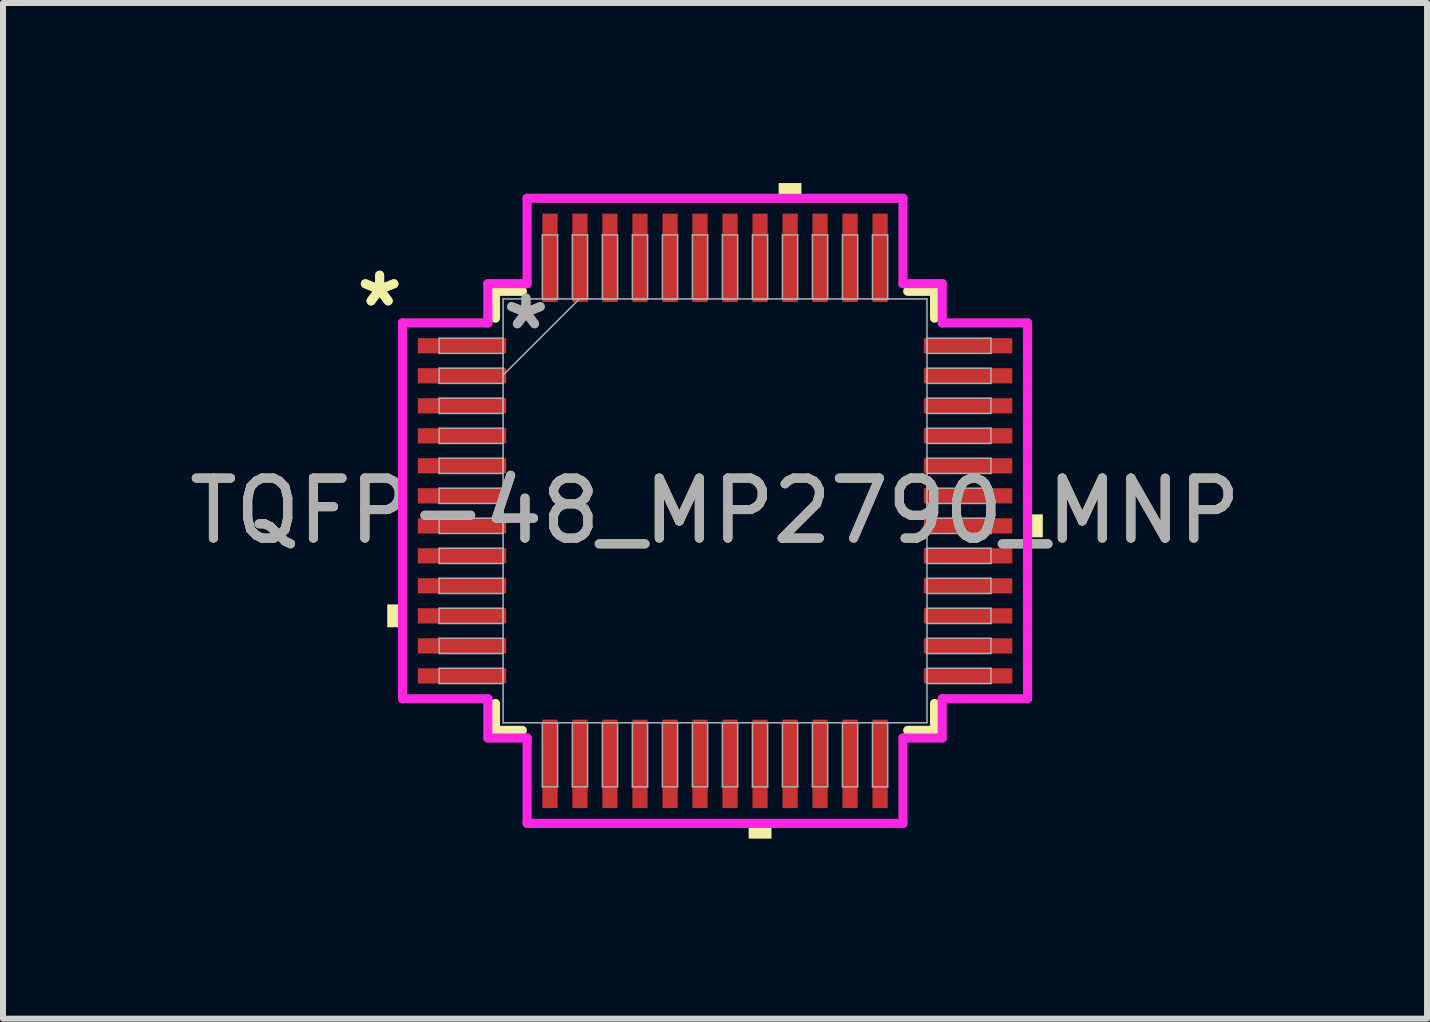
<source format=kicad_pcb>
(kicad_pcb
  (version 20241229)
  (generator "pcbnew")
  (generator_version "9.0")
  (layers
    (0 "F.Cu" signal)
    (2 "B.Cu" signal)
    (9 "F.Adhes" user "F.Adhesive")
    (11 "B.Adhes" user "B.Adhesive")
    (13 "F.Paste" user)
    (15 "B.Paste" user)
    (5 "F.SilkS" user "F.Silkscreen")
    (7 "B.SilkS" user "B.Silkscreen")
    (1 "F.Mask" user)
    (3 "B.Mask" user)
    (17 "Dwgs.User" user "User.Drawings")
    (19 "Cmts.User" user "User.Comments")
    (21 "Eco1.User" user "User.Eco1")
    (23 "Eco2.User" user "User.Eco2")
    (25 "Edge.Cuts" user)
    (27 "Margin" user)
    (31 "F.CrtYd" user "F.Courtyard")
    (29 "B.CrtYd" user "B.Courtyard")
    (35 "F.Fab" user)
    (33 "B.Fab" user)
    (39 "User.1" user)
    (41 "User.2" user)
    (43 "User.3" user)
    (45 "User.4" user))
  (footprint "TQFP-48_MP2790_MNP"
    (layer "F.Cu")
    (at 8.863 5.461)
    (property "Reference" "TQFP-48_MP2790_MNP" (at 0 0 0) (unlocked yes) (layer "F.SilkS") (effects (font (size 1 1) (thickness 0.15))))
    (attr smd)
    (fp_line (start -3.658 -3.658) (end -3.658 -3.21) (stroke (width 0.152) (type solid)) (layer "F.SilkS"))
    (fp_line (start -3.658 3.21) (end -3.658 3.658) (stroke (width 0.152) (type solid)) (layer "F.SilkS"))
    (fp_line (start -3.658 3.658) (end -3.21 3.658) (stroke (width 0.152) (type solid)) (layer "F.SilkS"))
    (fp_line (start -3.21 -3.658) (end -3.658 -3.658) (stroke (width 0.152) (type solid)) (layer "F.SilkS"))
    (fp_line (start 3.21 3.658) (end 3.658 3.658) (stroke (width 0.152) (type solid)) (layer "F.SilkS"))
    (fp_line (start 3.658 -3.658) (end 3.21 -3.658) (stroke (width 0.152) (type solid)) (layer "F.SilkS"))
    (fp_line (start 3.658 -3.21) (end 3.658 -3.658) (stroke (width 0.152) (type solid)) (layer "F.SilkS"))
    (fp_line (start 3.658 3.658) (end 3.658 3.21) (stroke (width 0.152) (type solid)) (layer "F.SilkS"))
    (fp_poly (pts (xy -5.461 1.559) (xy -5.461 1.94) (xy -5.207 1.94) (xy -5.207 1.559)) (stroke (width 0) (type solid)) (fill yes) (layer "F.SilkS"))
    (fp_poly (pts (xy 0.56 5.207) (xy 0.56 5.461) (xy 0.941 5.461) (xy 0.941 5.207)) (stroke (width 0) (type solid)) (fill yes) (layer "F.SilkS"))
    (fp_poly (pts (xy 1.06 -5.207) (xy 1.06 -5.461) (xy 1.44 -5.461) (xy 1.44 -5.207)) (stroke (width 0) (type solid)) (fill yes) (layer "F.SilkS"))
    (fp_poly (pts (xy 5.461 0.059) (xy 5.461 0.441) (xy 5.207 0.441) (xy 5.207 0.059)) (stroke (width 0) (type solid)) (fill yes) (layer "F.SilkS"))
    (fp_line (start -5.207 -3.131) (end -3.785 -3.131) (stroke (width 0.152) (type solid)) (layer "F.CrtYd"))
    (fp_line (start -5.207 3.131) (end -5.207 -3.131) (stroke (width 0.152) (type solid)) (layer "F.CrtYd"))
    (fp_line (start -3.785 -3.785) (end -3.131 -3.785) (stroke (width 0.152) (type solid)) (layer "F.CrtYd"))
    (fp_line (start -3.785 -3.131) (end -3.785 -3.785) (stroke (width 0.152) (type solid)) (layer "F.CrtYd"))
    (fp_line (start -3.785 3.131) (end -5.207 3.131) (stroke (width 0.152) (type solid)) (layer "F.CrtYd"))
    (fp_line (start -3.785 3.785) (end -3.785 3.131) (stroke (width 0.152) (type solid)) (layer "F.CrtYd"))
    (fp_line (start -3.785 3.785) (end -3.131 3.785) (stroke (width 0.152) (type solid)) (layer "F.CrtYd"))
    (fp_line (start -3.131 -5.207) (end 3.131 -5.207) (stroke (width 0.152) (type solid)) (layer "F.CrtYd"))
    (fp_line (start -3.131 -3.785) (end -3.131 -5.207) (stroke (width 0.152) (type solid)) (layer "F.CrtYd"))
    (fp_line (start -3.131 3.785) (end -3.131 5.207) (stroke (width 0.152) (type solid)) (layer "F.CrtYd"))
    (fp_line (start -3.131 5.207) (end 3.131 5.207) (stroke (width 0.152) (type solid)) (layer "F.CrtYd"))
    (fp_line (start 3.131 -5.207) (end 3.131 -3.785) (stroke (width 0.152) (type solid)) (layer "F.CrtYd"))
    (fp_line (start 3.131 -3.785) (end 3.785 -3.785) (stroke (width 0.152) (type solid)) (layer "F.CrtYd"))
    (fp_line (start 3.131 3.785) (end 3.785 3.785) (stroke (width 0.152) (type solid)) (layer "F.CrtYd"))
    (fp_line (start 3.131 5.207) (end 3.131 3.785) (stroke (width 0.152) (type solid)) (layer "F.CrtYd"))
    (fp_line (start 3.785 -3.131) (end 3.785 -3.785) (stroke (width 0.152) (type solid)) (layer "F.CrtYd"))
    (fp_line (start 3.785 3.131) (end 5.207 3.131) (stroke (width 0.152) (type solid)) (layer "F.CrtYd"))
    (fp_line (start 3.785 3.785) (end 3.785 3.131) (stroke (width 0.152) (type solid)) (layer "F.CrtYd"))
    (fp_line (start 5.207 -3.131) (end 3.785 -3.131) (stroke (width 0.152) (type solid)) (layer "F.CrtYd"))
    (fp_line (start 5.207 3.131) (end 5.207 -3.131) (stroke (width 0.152) (type solid)) (layer "F.CrtYd"))
    (fp_line (start -4.597 -2.877) (end -4.597 -2.623) (stroke (width 0.025) (type solid)) (layer "F.Fab"))
    (fp_line (start -4.597 -2.623) (end -3.531 -2.623) (stroke (width 0.025) (type solid)) (layer "F.Fab"))
    (fp_line (start -4.597 -2.377) (end -4.597 -2.123) (stroke (width 0.025) (type solid)) (layer "F.Fab"))
    (fp_line (start -4.597 -2.123) (end -3.531 -2.123) (stroke (width 0.025) (type solid)) (layer "F.Fab"))
    (fp_line (start -4.597 -1.877) (end -4.597 -1.623) (stroke (width 0.025) (type solid)) (layer "F.Fab"))
    (fp_line (start -4.597 -1.623) (end -3.531 -1.623) (stroke (width 0.025) (type solid)) (layer "F.Fab"))
    (fp_line (start -4.597 -1.377) (end -4.597 -1.123) (stroke (width 0.025) (type solid)) (layer "F.Fab"))
    (fp_line (start -4.597 -1.123) (end -3.531 -1.123) (stroke (width 0.025) (type solid)) (layer "F.Fab"))
    (fp_line (start -4.597 -0.877) (end -4.597 -0.623) (stroke (width 0.025) (type solid)) (layer "F.Fab"))
    (fp_line (start -4.597 -0.623) (end -3.531 -0.623) (stroke (width 0.025) (type solid)) (layer "F.Fab"))
    (fp_line (start -4.597 -0.377) (end -4.597 -0.123) (stroke (width 0.025) (type solid)) (layer "F.Fab"))
    (fp_line (start -4.597 -0.123) (end -3.531 -0.123) (stroke (width 0.025) (type solid)) (layer "F.Fab"))
    (fp_line (start -4.597 0.123) (end -4.597 0.377) (stroke (width 0.025) (type solid)) (layer "F.Fab"))
    (fp_line (start -4.597 0.377) (end -3.531 0.377) (stroke (width 0.025) (type solid)) (layer "F.Fab"))
    (fp_line (start -4.597 0.623) (end -4.597 0.877) (stroke (width 0.025) (type solid)) (layer "F.Fab"))
    (fp_line (start -4.597 0.877) (end -3.531 0.877) (stroke (width 0.025) (type solid)) (layer "F.Fab"))
    (fp_line (start -4.597 1.123) (end -4.597 1.377) (stroke (width 0.025) (type solid)) (layer "F.Fab"))
    (fp_line (start -4.597 1.377) (end -3.531 1.377) (stroke (width 0.025) (type solid)) (layer "F.Fab"))
    (fp_line (start -4.597 1.623) (end -4.597 1.877) (stroke (width 0.025) (type solid)) (layer "F.Fab"))
    (fp_line (start -4.597 1.877) (end -3.531 1.877) (stroke (width 0.025) (type solid)) (layer "F.Fab"))
    (fp_line (start -4.597 2.123) (end -4.597 2.377) (stroke (width 0.025) (type solid)) (layer "F.Fab"))
    (fp_line (start -4.597 2.377) (end -3.531 2.377) (stroke (width 0.025) (type solid)) (layer "F.Fab"))
    (fp_line (start -4.597 2.623) (end -4.597 2.877) (stroke (width 0.025) (type solid)) (layer "F.Fab"))
    (fp_line (start -4.597 2.877) (end -3.531 2.877) (stroke (width 0.025) (type solid)) (layer "F.Fab"))
    (fp_line (start -3.531 -3.531) (end -3.531 3.531) (stroke (width 0.025) (type solid)) (layer "F.Fab"))
    (fp_line (start -3.531 -2.877) (end -4.597 -2.877) (stroke (width 0.025) (type solid)) (layer "F.Fab"))
    (fp_line (start -3.531 -2.623) (end -3.531 -2.877) (stroke (width 0.025) (type solid)) (layer "F.Fab"))
    (fp_line (start -3.531 -2.377) (end -4.597 -2.377) (stroke (width 0.025) (type solid)) (layer "F.Fab"))
    (fp_line (start -3.531 -2.261) (end -2.261 -3.531) (stroke (width 0.025) (type solid)) (layer "F.Fab"))
    (fp_line (start -3.531 -2.123) (end -3.531 -2.377) (stroke (width 0.025) (type solid)) (layer "F.Fab"))
    (fp_line (start -3.531 -1.877) (end -4.597 -1.877) (stroke (width 0.025) (type solid)) (layer "F.Fab"))
    (fp_line (start -3.531 -1.623) (end -3.531 -1.877) (stroke (width 0.025) (type solid)) (layer "F.Fab"))
    (fp_line (start -3.531 -1.377) (end -4.597 -1.377) (stroke (width 0.025) (type solid)) (layer "F.Fab"))
    (fp_line (start -3.531 -1.123) (end -3.531 -1.377) (stroke (width 0.025) (type solid)) (layer "F.Fab"))
    (fp_line (start -3.531 -0.877) (end -4.597 -0.877) (stroke (width 0.025) (type solid)) (layer "F.Fab"))
    (fp_line (start -3.531 -0.623) (end -3.531 -0.877) (stroke (width 0.025) (type solid)) (layer "F.Fab"))
    (fp_line (start -3.531 -0.377) (end -4.597 -0.377) (stroke (width 0.025) (type solid)) (layer "F.Fab"))
    (fp_line (start -3.531 -0.123) (end -3.531 -0.377) (stroke (width 0.025) (type solid)) (layer "F.Fab"))
    (fp_line (start -3.531 0.123) (end -4.597 0.123) (stroke (width 0.025) (type solid)) (layer "F.Fab"))
    (fp_line (start -3.531 0.377) (end -3.531 0.123) (stroke (width 0.025) (type solid)) (layer "F.Fab"))
    (fp_line (start -3.531 0.623) (end -4.597 0.623) (stroke (width 0.025) (type solid)) (layer "F.Fab"))
    (fp_line (start -3.531 0.877) (end -3.531 0.623) (stroke (width 0.025) (type solid)) (layer "F.Fab"))
    (fp_line (start -3.531 1.123) (end -4.597 1.123) (stroke (width 0.025) (type solid)) (layer "F.Fab"))
    (fp_line (start -3.531 1.377) (end -3.531 1.123) (stroke (width 0.025) (type solid)) (layer "F.Fab"))
    (fp_line (start -3.531 1.623) (end -4.597 1.623) (stroke (width 0.025) (type solid)) (layer "F.Fab"))
    (fp_line (start -3.531 1.877) (end -3.531 1.623) (stroke (width 0.025) (type solid)) (layer "F.Fab"))
    (fp_line (start -3.531 2.123) (end -4.597 2.123) (stroke (width 0.025) (type solid)) (layer "F.Fab"))
    (fp_line (start -3.531 2.377) (end -3.531 2.123) (stroke (width 0.025) (type solid)) (layer "F.Fab"))
    (fp_line (start -3.531 2.623) (end -4.597 2.623) (stroke (width 0.025) (type solid)) (layer "F.Fab"))
    (fp_line (start -3.531 2.877) (end -3.531 2.623) (stroke (width 0.025) (type solid)) (layer "F.Fab"))
    (fp_line (start -3.531 3.531) (end 3.531 3.531) (stroke (width 0.025) (type solid)) (layer "F.Fab"))
    (fp_line (start -2.877 -4.597) (end -2.877 -3.531) (stroke (width 0.025) (type solid)) (layer "F.Fab"))
    (fp_line (start -2.877 -3.531) (end -2.623 -3.531) (stroke (width 0.025) (type solid)) (layer "F.Fab"))
    (fp_line (start -2.877 3.531) (end -2.877 4.597) (stroke (width 0.025) (type solid)) (layer "F.Fab"))
    (fp_line (start -2.877 4.597) (end -2.623 4.597) (stroke (width 0.025) (type solid)) (layer "F.Fab"))
    (fp_line (start -2.623 -4.597) (end -2.877 -4.597) (stroke (width 0.025) (type solid)) (layer "F.Fab"))
    (fp_line (start -2.623 -3.531) (end -2.623 -4.597) (stroke (width 0.025) (type solid)) (layer "F.Fab"))
    (fp_line (start -2.623 3.531) (end -2.877 3.531) (stroke (width 0.025) (type solid)) (layer "F.Fab"))
    (fp_line (start -2.623 4.597) (end -2.623 3.531) (stroke (width 0.025) (type solid)) (layer "F.Fab"))
    (fp_line (start -2.377 -4.597) (end -2.377 -3.531) (stroke (width 0.025) (type solid)) (layer "F.Fab"))
    (fp_line (start -2.377 -3.531) (end -2.123 -3.531) (stroke (width 0.025) (type solid)) (layer "F.Fab"))
    (fp_line (start -2.377 3.531) (end -2.377 4.597) (stroke (width 0.025) (type solid)) (layer "F.Fab"))
    (fp_line (start -2.377 4.597) (end -2.123 4.597) (stroke (width 0.025) (type solid)) (layer "F.Fab"))
    (fp_line (start -2.123 -4.597) (end -2.377 -4.597) (stroke (width 0.025) (type solid)) (layer "F.Fab"))
    (fp_line (start -2.123 -3.531) (end -2.123 -4.597) (stroke (width 0.025) (type solid)) (layer "F.Fab"))
    (fp_line (start -2.123 3.531) (end -2.377 3.531) (stroke (width 0.025) (type solid)) (layer "F.Fab"))
    (fp_line (start -2.123 4.597) (end -2.123 3.531) (stroke (width 0.025) (type solid)) (layer "F.Fab"))
    (fp_line (start -1.877 -4.597) (end -1.877 -3.531) (stroke (width 0.025) (type solid)) (layer "F.Fab"))
    (fp_line (start -1.877 -3.531) (end -1.623 -3.531) (stroke (width 0.025) (type solid)) (layer "F.Fab"))
    (fp_line (start -1.877 3.531) (end -1.877 4.597) (stroke (width 0.025) (type solid)) (layer "F.Fab"))
    (fp_line (start -1.877 4.597) (end -1.623 4.597) (stroke (width 0.025) (type solid)) (layer "F.Fab"))
    (fp_line (start -1.623 -4.597) (end -1.877 -4.597) (stroke (width 0.025) (type solid)) (layer "F.Fab"))
    (fp_line (start -1.623 -3.531) (end -1.623 -4.597) (stroke (width 0.025) (type solid)) (layer "F.Fab"))
    (fp_line (start -1.623 3.531) (end -1.877 3.531) (stroke (width 0.025) (type solid)) (layer "F.Fab"))
    (fp_line (start -1.623 4.597) (end -1.623 3.531) (stroke (width 0.025) (type solid)) (layer "F.Fab"))
    (fp_line (start -1.377 -4.597) (end -1.377 -3.531) (stroke (width 0.025) (type solid)) (layer "F.Fab"))
    (fp_line (start -1.377 -3.531) (end -1.123 -3.531) (stroke (width 0.025) (type solid)) (layer "F.Fab"))
    (fp_line (start -1.377 3.531) (end -1.377 4.597) (stroke (width 0.025) (type solid)) (layer "F.Fab"))
    (fp_line (start -1.377 4.597) (end -1.123 4.597) (stroke (width 0.025) (type solid)) (layer "F.Fab"))
    (fp_line (start -1.123 -4.597) (end -1.377 -4.597) (stroke (width 0.025) (type solid)) (layer "F.Fab"))
    (fp_line (start -1.123 -3.531) (end -1.123 -4.597) (stroke (width 0.025) (type solid)) (layer "F.Fab"))
    (fp_line (start -1.123 3.531) (end -1.377 3.531) (stroke (width 0.025) (type solid)) (layer "F.Fab"))
    (fp_line (start -1.123 4.597) (end -1.123 3.531) (stroke (width 0.025) (type solid)) (layer "F.Fab"))
    (fp_line (start -0.877 -4.597) (end -0.877 -3.531) (stroke (width 0.025) (type solid)) (layer "F.Fab"))
    (fp_line (start -0.877 -3.531) (end -0.623 -3.531) (stroke (width 0.025) (type solid)) (layer "F.Fab"))
    (fp_line (start -0.877 3.531) (end -0.877 4.597) (stroke (width 0.025) (type solid)) (layer "F.Fab"))
    (fp_line (start -0.877 4.597) (end -0.623 4.597) (stroke (width 0.025) (type solid)) (layer "F.Fab"))
    (fp_line (start -0.623 -4.597) (end -0.877 -4.597) (stroke (width 0.025) (type solid)) (layer "F.Fab"))
    (fp_line (start -0.623 -3.531) (end -0.623 -4.597) (stroke (width 0.025) (type solid)) (layer "F.Fab"))
    (fp_line (start -0.623 3.531) (end -0.877 3.531) (stroke (width 0.025) (type solid)) (layer "F.Fab"))
    (fp_line (start -0.623 4.597) (end -0.623 3.531) (stroke (width 0.025) (type solid)) (layer "F.Fab"))
    (fp_line (start -0.377 -4.597) (end -0.377 -3.531) (stroke (width 0.025) (type solid)) (layer "F.Fab"))
    (fp_line (start -0.377 -3.531) (end -0.123 -3.531) (stroke (width 0.025) (type solid)) (layer "F.Fab"))
    (fp_line (start -0.377 3.531) (end -0.377 4.597) (stroke (width 0.025) (type solid)) (layer "F.Fab"))
    (fp_line (start -0.377 4.597) (end -0.123 4.597) (stroke (width 0.025) (type solid)) (layer "F.Fab"))
    (fp_line (start -0.123 -4.597) (end -0.377 -4.597) (stroke (width 0.025) (type solid)) (layer "F.Fab"))
    (fp_line (start -0.123 -3.531) (end -0.123 -4.597) (stroke (width 0.025) (type solid)) (layer "F.Fab"))
    (fp_line (start -0.123 3.531) (end -0.377 3.531) (stroke (width 0.025) (type solid)) (layer "F.Fab"))
    (fp_line (start -0.123 4.597) (end -0.123 3.531) (stroke (width 0.025) (type solid)) (layer "F.Fab"))
    (fp_line (start 0.123 -4.597) (end 0.123 -3.531) (stroke (width 0.025) (type solid)) (layer "F.Fab"))
    (fp_line (start 0.123 -3.531) (end 0.377 -3.531) (stroke (width 0.025) (type solid)) (layer "F.Fab"))
    (fp_line (start 0.123 3.531) (end 0.123 4.597) (stroke (width 0.025) (type solid)) (layer "F.Fab"))
    (fp_line (start 0.123 4.597) (end 0.377 4.597) (stroke (width 0.025) (type solid)) (layer "F.Fab"))
    (fp_line (start 0.377 -4.597) (end 0.123 -4.597) (stroke (width 0.025) (type solid)) (layer "F.Fab"))
    (fp_line (start 0.377 -3.531) (end 0.377 -4.597) (stroke (width 0.025) (type solid)) (layer "F.Fab"))
    (fp_line (start 0.377 3.531) (end 0.123 3.531) (stroke (width 0.025) (type solid)) (layer "F.Fab"))
    (fp_line (start 0.377 4.597) (end 0.377 3.531) (stroke (width 0.025) (type solid)) (layer "F.Fab"))
    (fp_line (start 0.623 -4.597) (end 0.623 -3.531) (stroke (width 0.025) (type solid)) (layer "F.Fab"))
    (fp_line (start 0.623 -3.531) (end 0.877 -3.531) (stroke (width 0.025) (type solid)) (layer "F.Fab"))
    (fp_line (start 0.623 3.531) (end 0.623 4.597) (stroke (width 0.025) (type solid)) (layer "F.Fab"))
    (fp_line (start 0.623 4.597) (end 0.877 4.597) (stroke (width 0.025) (type solid)) (layer "F.Fab"))
    (fp_line (start 0.877 -4.597) (end 0.623 -4.597) (stroke (width 0.025) (type solid)) (layer "F.Fab"))
    (fp_line (start 0.877 -3.531) (end 0.877 -4.597) (stroke (width 0.025) (type solid)) (layer "F.Fab"))
    (fp_line (start 0.877 3.531) (end 0.623 3.531) (stroke (width 0.025) (type solid)) (layer "F.Fab"))
    (fp_line (start 0.877 4.597) (end 0.877 3.531) (stroke (width 0.025) (type solid)) (layer "F.Fab"))
    (fp_line (start 1.123 -4.597) (end 1.123 -3.531) (stroke (width 0.025) (type solid)) (layer "F.Fab"))
    (fp_line (start 1.123 -3.531) (end 1.377 -3.531) (stroke (width 0.025) (type solid)) (layer "F.Fab"))
    (fp_line (start 1.123 3.531) (end 1.123 4.597) (stroke (width 0.025) (type solid)) (layer "F.Fab"))
    (fp_line (start 1.123 4.597) (end 1.377 4.597) (stroke (width 0.025) (type solid)) (layer "F.Fab"))
    (fp_line (start 1.377 -4.597) (end 1.123 -4.597) (stroke (width 0.025) (type solid)) (layer "F.Fab"))
    (fp_line (start 1.377 -3.531) (end 1.377 -4.597) (stroke (width 0.025) (type solid)) (layer "F.Fab"))
    (fp_line (start 1.377 3.531) (end 1.123 3.531) (stroke (width 0.025) (type solid)) (layer "F.Fab"))
    (fp_line (start 1.377 4.597) (end 1.377 3.531) (stroke (width 0.025) (type solid)) (layer "F.Fab"))
    (fp_line (start 1.623 -4.597) (end 1.623 -3.531) (stroke (width 0.025) (type solid)) (layer "F.Fab"))
    (fp_line (start 1.623 -3.531) (end 1.877 -3.531) (stroke (width 0.025) (type solid)) (layer "F.Fab"))
    (fp_line (start 1.623 3.531) (end 1.623 4.597) (stroke (width 0.025) (type solid)) (layer "F.Fab"))
    (fp_line (start 1.623 4.597) (end 1.877 4.597) (stroke (width 0.025) (type solid)) (layer "F.Fab"))
    (fp_line (start 1.877 -4.597) (end 1.623 -4.597) (stroke (width 0.025) (type solid)) (layer "F.Fab"))
    (fp_line (start 1.877 -3.531) (end 1.877 -4.597) (stroke (width 0.025) (type solid)) (layer "F.Fab"))
    (fp_line (start 1.877 3.531) (end 1.623 3.531) (stroke (width 0.025) (type solid)) (layer "F.Fab"))
    (fp_line (start 1.877 4.597) (end 1.877 3.531) (stroke (width 0.025) (type solid)) (layer "F.Fab"))
    (fp_line (start 2.123 -4.597) (end 2.123 -3.531) (stroke (width 0.025) (type solid)) (layer "F.Fab"))
    (fp_line (start 2.123 -3.531) (end 2.377 -3.531) (stroke (width 0.025) (type solid)) (layer "F.Fab"))
    (fp_line (start 2.123 3.531) (end 2.123 4.597) (stroke (width 0.025) (type solid)) (layer "F.Fab"))
    (fp_line (start 2.123 4.597) (end 2.377 4.597) (stroke (width 0.025) (type solid)) (layer "F.Fab"))
    (fp_line (start 2.377 -4.597) (end 2.123 -4.597) (stroke (width 0.025) (type solid)) (layer "F.Fab"))
    (fp_line (start 2.377 -3.531) (end 2.377 -4.597) (stroke (width 0.025) (type solid)) (layer "F.Fab"))
    (fp_line (start 2.377 3.531) (end 2.123 3.531) (stroke (width 0.025) (type solid)) (layer "F.Fab"))
    (fp_line (start 2.377 4.597) (end 2.377 3.531) (stroke (width 0.025) (type solid)) (layer "F.Fab"))
    (fp_line (start 2.623 -4.597) (end 2.623 -3.531) (stroke (width 0.025) (type solid)) (layer "F.Fab"))
    (fp_line (start 2.623 -3.531) (end 2.877 -3.531) (stroke (width 0.025) (type solid)) (layer "F.Fab"))
    (fp_line (start 2.623 3.531) (end 2.623 4.597) (stroke (width 0.025) (type solid)) (layer "F.Fab"))
    (fp_line (start 2.623 4.597) (end 2.877 4.597) (stroke (width 0.025) (type solid)) (layer "F.Fab"))
    (fp_line (start 2.877 -4.597) (end 2.623 -4.597) (stroke (width 0.025) (type solid)) (layer "F.Fab"))
    (fp_line (start 2.877 -3.531) (end 2.877 -4.597) (stroke (width 0.025) (type solid)) (layer "F.Fab"))
    (fp_line (start 2.877 3.531) (end 2.623 3.531) (stroke (width 0.025) (type solid)) (layer "F.Fab"))
    (fp_line (start 2.877 4.597) (end 2.877 3.531) (stroke (width 0.025) (type solid)) (layer "F.Fab"))
    (fp_line (start 3.531 -3.531) (end -3.531 -3.531) (stroke (width 0.025) (type solid)) (layer "F.Fab"))
    (fp_line (start 3.531 -2.877) (end 3.531 -2.623) (stroke (width 0.025) (type solid)) (layer "F.Fab"))
    (fp_line (start 3.531 -2.623) (end 4.597 -2.623) (stroke (width 0.025) (type solid)) (layer "F.Fab"))
    (fp_line (start 3.531 -2.377) (end 3.531 -2.123) (stroke (width 0.025) (type solid)) (layer "F.Fab"))
    (fp_line (start 3.531 -2.123) (end 4.597 -2.123) (stroke (width 0.025) (type solid)) (layer "F.Fab"))
    (fp_line (start 3.531 -1.877) (end 3.531 -1.623) (stroke (width 0.025) (type solid)) (layer "F.Fab"))
    (fp_line (start 3.531 -1.623) (end 4.597 -1.623) (stroke (width 0.025) (type solid)) (layer "F.Fab"))
    (fp_line (start 3.531 -1.377) (end 3.531 -1.123) (stroke (width 0.025) (type solid)) (layer "F.Fab"))
    (fp_line (start 3.531 -1.123) (end 4.597 -1.123) (stroke (width 0.025) (type solid)) (layer "F.Fab"))
    (fp_line (start 3.531 -0.877) (end 3.531 -0.623) (stroke (width 0.025) (type solid)) (layer "F.Fab"))
    (fp_line (start 3.531 -0.623) (end 4.597 -0.623) (stroke (width 0.025) (type solid)) (layer "F.Fab"))
    (fp_line (start 3.531 -0.377) (end 3.531 -0.123) (stroke (width 0.025) (type solid)) (layer "F.Fab"))
    (fp_line (start 3.531 -0.123) (end 4.597 -0.123) (stroke (width 0.025) (type solid)) (layer "F.Fab"))
    (fp_line (start 3.531 0.123) (end 3.531 0.377) (stroke (width 0.025) (type solid)) (layer "F.Fab"))
    (fp_line (start 3.531 0.377) (end 4.597 0.377) (stroke (width 0.025) (type solid)) (layer "F.Fab"))
    (fp_line (start 3.531 0.623) (end 3.531 0.877) (stroke (width 0.025) (type solid)) (layer "F.Fab"))
    (fp_line (start 3.531 0.877) (end 4.597 0.877) (stroke (width 0.025) (type solid)) (layer "F.Fab"))
    (fp_line (start 3.531 1.123) (end 3.531 1.377) (stroke (width 0.025) (type solid)) (layer "F.Fab"))
    (fp_line (start 3.531 1.377) (end 4.597 1.377) (stroke (width 0.025) (type solid)) (layer "F.Fab"))
    (fp_line (start 3.531 1.623) (end 3.531 1.877) (stroke (width 0.025) (type solid)) (layer "F.Fab"))
    (fp_line (start 3.531 1.877) (end 4.597 1.877) (stroke (width 0.025) (type solid)) (layer "F.Fab"))
    (fp_line (start 3.531 2.123) (end 3.531 2.377) (stroke (width 0.025) (type solid)) (layer "F.Fab"))
    (fp_line (start 3.531 2.377) (end 4.597 2.377) (stroke (width 0.025) (type solid)) (layer "F.Fab"))
    (fp_line (start 3.531 2.623) (end 3.531 2.877) (stroke (width 0.025) (type solid)) (layer "F.Fab"))
    (fp_line (start 3.531 2.877) (end 4.597 2.877) (stroke (width 0.025) (type solid)) (layer "F.Fab"))
    (fp_line (start 3.531 3.531) (end 3.531 -3.531) (stroke (width 0.025) (type solid)) (layer "F.Fab"))
    (fp_line (start 4.597 -2.877) (end 3.531 -2.877) (stroke (width 0.025) (type solid)) (layer "F.Fab"))
    (fp_line (start 4.597 -2.623) (end 4.597 -2.877) (stroke (width 0.025) (type solid)) (layer "F.Fab"))
    (fp_line (start 4.597 -2.377) (end 3.531 -2.377) (stroke (width 0.025) (type solid)) (layer "F.Fab"))
    (fp_line (start 4.597 -2.123) (end 4.597 -2.377) (stroke (width 0.025) (type solid)) (layer "F.Fab"))
    (fp_line (start 4.597 -1.877) (end 3.531 -1.877) (stroke (width 0.025) (type solid)) (layer "F.Fab"))
    (fp_line (start 4.597 -1.623) (end 4.597 -1.877) (stroke (width 0.025) (type solid)) (layer "F.Fab"))
    (fp_line (start 4.597 -1.377) (end 3.531 -1.377) (stroke (width 0.025) (type solid)) (layer "F.Fab"))
    (fp_line (start 4.597 -1.123) (end 4.597 -1.377) (stroke (width 0.025) (type solid)) (layer "F.Fab"))
    (fp_line (start 4.597 -0.877) (end 3.531 -0.877) (stroke (width 0.025) (type solid)) (layer "F.Fab"))
    (fp_line (start 4.597 -0.623) (end 4.597 -0.877) (stroke (width 0.025) (type solid)) (layer "F.Fab"))
    (fp_line (start 4.597 -0.377) (end 3.531 -0.377) (stroke (width 0.025) (type solid)) (layer "F.Fab"))
    (fp_line (start 4.597 -0.123) (end 4.597 -0.377) (stroke (width 0.025) (type solid)) (layer "F.Fab"))
    (fp_line (start 4.597 0.123) (end 3.531 0.123) (stroke (width 0.025) (type solid)) (layer "F.Fab"))
    (fp_line (start 4.597 0.377) (end 4.597 0.123) (stroke (width 0.025) (type solid)) (layer "F.Fab"))
    (fp_line (start 4.597 0.623) (end 3.531 0.623) (stroke (width 0.025) (type solid)) (layer "F.Fab"))
    (fp_line (start 4.597 0.877) (end 4.597 0.623) (stroke (width 0.025) (type solid)) (layer "F.Fab"))
    (fp_line (start 4.597 1.123) (end 3.531 1.123) (stroke (width 0.025) (type solid)) (layer "F.Fab"))
    (fp_line (start 4.597 1.377) (end 4.597 1.123) (stroke (width 0.025) (type solid)) (layer "F.Fab"))
    (fp_line (start 4.597 1.623) (end 3.531 1.623) (stroke (width 0.025) (type solid)) (layer "F.Fab"))
    (fp_line (start 4.597 1.877) (end 4.597 1.623) (stroke (width 0.025) (type solid)) (layer "F.Fab"))
    (fp_line (start 4.597 2.123) (end 3.531 2.123) (stroke (width 0.025) (type solid)) (layer "F.Fab"))
    (fp_line (start 4.597 2.377) (end 4.597 2.123) (stroke (width 0.025) (type solid)) (layer "F.Fab"))
    (fp_line (start 4.597 2.623) (end 3.531 2.623) (stroke (width 0.025) (type solid)) (layer "F.Fab"))
    (fp_line (start 4.597 2.877) (end 4.597 2.623) (stroke (width 0.025) (type solid)) (layer "F.Fab"))
    (fp_text user "*" (at -5.588 -3.381 0) (layer "F.SilkS") (effects (font (size 1 1) (thickness 0.15))))
    (fp_text user "*" (at -5.588 -3.381 0) (unlocked yes) (layer "F.SilkS") (effects (font (size 1 1) (thickness 0.15))))
    (fp_text user "*" (at -3.15 -3 0) (unlocked yes) (layer "F.Fab") (effects (font (size 1 1) (thickness 0.15))))
    (fp_text user "*" (at -3.15 -3 0) (layer "F.Fab") (effects (font (size 1 1) (thickness 0.15))))
    (fp_text user "${REFERENCE}" (at 0 0 0) (unlocked yes) (layer "F.Fab") (effects (font (size 1 1) (thickness 0.15))))
    (pad "1" smd rect (at -4.216 -2.75 90) (size 0.254 1.473) (layers "F.Cu" "F.Mask" "F.Paste"))
    (pad "2" smd rect (at -4.216 -2.25 90) (size 0.254 1.473) (layers "F.Cu" "F.Mask" "F.Paste"))
    (pad "3" smd rect (at -4.216 -1.75 90) (size 0.254 1.473) (layers "F.Cu" "F.Mask" "F.Paste"))
    (pad "4" smd rect (at -4.216 -1.25 90) (size 0.254 1.473) (layers "F.Cu" "F.Mask" "F.Paste"))
    (pad "5" smd rect (at -4.216 -0.75 90) (size 0.254 1.473) (layers "F.Cu" "F.Mask" "F.Paste"))
    (pad "6" smd rect (at -4.216 -0.25 90) (size 0.254 1.473) (layers "F.Cu" "F.Mask" "F.Paste"))
    (pad "7" smd rect (at -4.216 0.25 90) (size 0.254 1.473) (layers "F.Cu" "F.Mask" "F.Paste"))
    (pad "8" smd rect (at -4.216 0.75 90) (size 0.254 1.473) (layers "F.Cu" "F.Mask" "F.Paste"))
    (pad "9" smd rect (at -4.216 1.25 90) (size 0.254 1.473) (layers "F.Cu" "F.Mask" "F.Paste"))
    (pad "10" smd rect (at -4.216 1.75 90) (size 0.254 1.473) (layers "F.Cu" "F.Mask" "F.Paste"))
    (pad "11" smd rect (at -4.216 2.25 90) (size 0.254 1.473) (layers "F.Cu" "F.Mask" "F.Paste"))
    (pad "12" smd rect (at -4.216 2.75 90) (size 0.254 1.473) (layers "F.Cu" "F.Mask" "F.Paste"))
    (pad "13" smd rect (at -2.75 4.216) (size 0.254 1.473) (layers "F.Cu" "F.Mask" "F.Paste"))
    (pad "14" smd rect (at -2.25 4.216) (size 0.254 1.473) (layers "F.Cu" "F.Mask" "F.Paste"))
    (pad "15" smd rect (at -1.75 4.216) (size 0.254 1.473) (layers "F.Cu" "F.Mask" "F.Paste"))
    (pad "16" smd rect (at -1.25 4.216) (size 0.254 1.473) (layers "F.Cu" "F.Mask" "F.Paste"))
    (pad "17" smd rect (at -0.75 4.216) (size 0.254 1.473) (layers "F.Cu" "F.Mask" "F.Paste"))
    (pad "18" smd rect (at -0.25 4.216) (size 0.254 1.473) (layers "F.Cu" "F.Mask" "F.Paste"))
    (pad "19" smd rect (at 0.25 4.216) (size 0.254 1.473) (layers "F.Cu" "F.Mask" "F.Paste"))
    (pad "20" smd rect (at 0.75 4.216) (size 0.254 1.473) (layers "F.Cu" "F.Mask" "F.Paste"))
    (pad "21" smd rect (at 1.25 4.216) (size 0.254 1.473) (layers "F.Cu" "F.Mask" "F.Paste"))
    (pad "22" smd rect (at 1.75 4.216) (size 0.254 1.473) (layers "F.Cu" "F.Mask" "F.Paste"))
    (pad "23" smd rect (at 2.25 4.216) (size 0.254 1.473) (layers "F.Cu" "F.Mask" "F.Paste"))
    (pad "24" smd rect (at 2.75 4.216) (size 0.254 1.473) (layers "F.Cu" "F.Mask" "F.Paste"))
    (pad "25" smd rect (at 4.216 2.75 90) (size 0.254 1.473) (layers "F.Cu" "F.Mask" "F.Paste"))
    (pad "26" smd rect (at 4.216 2.25 90) (size 0.254 1.473) (layers "F.Cu" "F.Mask" "F.Paste"))
    (pad "27" smd rect (at 4.216 1.75 90) (size 0.254 1.473) (layers "F.Cu" "F.Mask" "F.Paste"))
    (pad "28" smd rect (at 4.216 1.25 90) (size 0.254 1.473) (layers "F.Cu" "F.Mask" "F.Paste"))
    (pad "29" smd rect (at 4.216 0.75 90) (size 0.254 1.473) (layers "F.Cu" "F.Mask" "F.Paste"))
    (pad "30" smd rect (at 4.216 0.25 90) (size 0.254 1.473) (layers "F.Cu" "F.Mask" "F.Paste"))
    (pad "31" smd rect (at 4.216 -0.25 90) (size 0.254 1.473) (layers "F.Cu" "F.Mask" "F.Paste"))
    (pad "32" smd rect (at 4.216 -0.75 90) (size 0.254 1.473) (layers "F.Cu" "F.Mask" "F.Paste"))
    (pad "33" smd rect (at 4.216 -1.25 90) (size 0.254 1.473) (layers "F.Cu" "F.Mask" "F.Paste"))
    (pad "34" smd rect (at 4.216 -1.75 90) (size 0.254 1.473) (layers "F.Cu" "F.Mask" "F.Paste"))
    (pad "35" smd rect (at 4.216 -2.25 90) (size 0.254 1.473) (layers "F.Cu" "F.Mask" "F.Paste"))
    (pad "36" smd rect (at 4.216 -2.75 90) (size 0.254 1.473) (layers "F.Cu" "F.Mask" "F.Paste"))
    (pad "37" smd rect (at 2.75 -4.216) (size 0.254 1.473) (layers "F.Cu" "F.Mask" "F.Paste"))
    (pad "38" smd rect (at 2.25 -4.216) (size 0.254 1.473) (layers "F.Cu" "F.Mask" "F.Paste"))
    (pad "39" smd rect (at 1.75 -4.216) (size 0.254 1.473) (layers "F.Cu" "F.Mask" "F.Paste"))
    (pad "40" smd rect (at 1.25 -4.216) (size 0.254 1.473) (layers "F.Cu" "F.Mask" "F.Paste"))
    (pad "41" smd rect (at 0.75 -4.216) (size 0.254 1.473) (layers "F.Cu" "F.Mask" "F.Paste"))
    (pad "42" smd rect (at 0.25 -4.216) (size 0.254 1.473) (layers "F.Cu" "F.Mask" "F.Paste"))
    (pad "43" smd rect (at -0.25 -4.216) (size 0.254 1.473) (layers "F.Cu" "F.Mask" "F.Paste"))
    (pad "44" smd rect (at -0.75 -4.216) (size 0.254 1.473) (layers "F.Cu" "F.Mask" "F.Paste"))
    (pad "45" smd rect (at -1.25 -4.216) (size 0.254 1.473) (layers "F.Cu" "F.Mask" "F.Paste"))
    (pad "46" smd rect (at -1.75 -4.216) (size 0.254 1.473) (layers "F.Cu" "F.Mask" "F.Paste"))
    (pad "47" smd rect (at -2.25 -4.216) (size 0.254 1.473) (layers "F.Cu" "F.Mask" "F.Paste"))
    (pad "48" smd rect (at -2.75 -4.216) (size 0.254 1.473) (layers "F.Cu" "F.Mask" "F.Paste")))
  (gr_rect
    (start -3 -3)
    (end 20.726 13.922)
    (stroke (width 0.1) (type default))
    (fill no)
    (layer "Edge.Cuts")))
</source>
